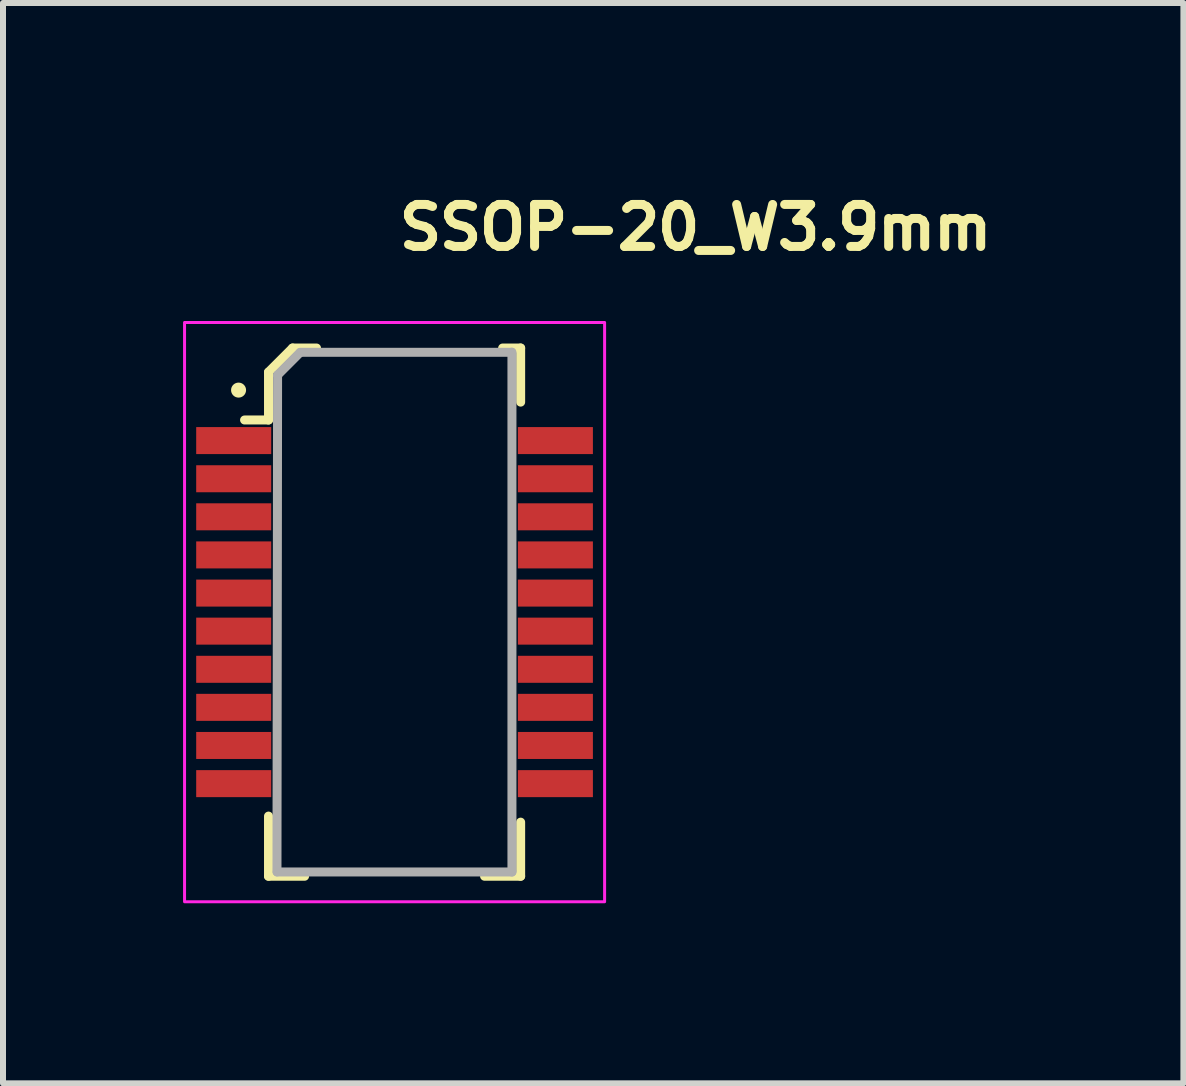
<source format=kicad_pcb>
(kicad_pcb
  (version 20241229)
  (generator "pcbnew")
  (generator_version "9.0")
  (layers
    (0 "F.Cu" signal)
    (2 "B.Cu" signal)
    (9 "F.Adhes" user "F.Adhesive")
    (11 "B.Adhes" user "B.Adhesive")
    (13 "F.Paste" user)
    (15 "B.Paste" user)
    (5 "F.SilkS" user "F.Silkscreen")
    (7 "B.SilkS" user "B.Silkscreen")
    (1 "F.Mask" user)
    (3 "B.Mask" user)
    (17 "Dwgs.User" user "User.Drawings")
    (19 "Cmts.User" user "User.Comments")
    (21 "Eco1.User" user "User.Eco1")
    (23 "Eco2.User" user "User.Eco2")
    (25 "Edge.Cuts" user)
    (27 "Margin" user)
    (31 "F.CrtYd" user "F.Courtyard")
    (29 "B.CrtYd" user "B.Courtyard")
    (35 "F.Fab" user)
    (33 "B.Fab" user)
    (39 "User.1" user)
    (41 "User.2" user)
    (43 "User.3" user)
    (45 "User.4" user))
  (footprint "SSOP-20_W3.9mm"
    (layer "F.Cu")
    (at 3.525 7.15)
    (property "Reference" "SSOP-20_W3.9mm" (at 0 -6 0) (layer "F.SilkS") (effects (font (size 0.7 0.7) (thickness 0.15)) (justify left bottom)))
    (attr smd)
    (fp_line (start -2.101 -4) (end -2.101 -3.202) (stroke (width 0.15) (type solid)) (layer "F.SilkS"))
    (fp_line (start -2.101 -3.202) (end -2.5 -3.202) (stroke (width 0.15) (type solid)) (layer "F.SilkS"))
    (fp_line (start -2.101 3.398) (end -2.101 4.4) (stroke (width 0.15) (type solid)) (layer "F.SilkS"))
    (fp_line (start -2.101 4.4) (end -1.5 4.4) (stroke (width 0.15) (type solid)) (layer "F.SilkS"))
    (fp_line (start -1.7 -4.401) (end -2.101 -4) (stroke (width 0.15) (type solid)) (layer "F.SilkS"))
    (fp_line (start -1.301 -4.401) (end -1.7 -4.401) (stroke (width 0.15) (type solid)) (layer "F.SilkS"))
    (fp_line (start 1.499 4.4) (end 2.1 4.4) (stroke (width 0.15) (type solid)) (layer "F.SilkS"))
    (fp_line (start 1.8 -4.401) (end 2.1 -4.401) (stroke (width 0.15) (type solid)) (layer "F.SilkS"))
    (fp_line (start 2.1 -4.401) (end 2.1 -3.5) (stroke (width 0.15) (type solid)) (layer "F.SilkS"))
    (fp_line (start 2.1 4.4) (end 2.1 3.499) (stroke (width 0.15) (type solid)) (layer "F.SilkS"))
    (fp_circle (center -2.6 -3.7) (end -2.55 -3.7) (stroke (width 0.15) (type solid)) (fill yes) (layer "F.SilkS"))
    (fp_rect (start -3.5 -4.827) (end 3.499 4.825) (stroke (width 0.05) (type solid)) (fill no) (layer "F.CrtYd"))
    (fp_line (start -1.96 4.328) (end -1.95 -3.951) (stroke (width 0.15) (type solid)) (layer "F.Fab"))
    (fp_line (start -1.956 4.329) (end 1.955 4.329) (stroke (width 0.15) (type solid)) (layer "F.Fab"))
    (fp_line (start -1.95 -3.951) (end -1.575 -4.327) (stroke (width 0.15) (type solid)) (layer "F.Fab"))
    (fp_line (start 1.949 -4.33) (end -1.571 -4.33) (stroke (width 0.15) (type solid)) (layer "F.Fab"))
    (fp_line (start 1.955 -4.332) (end 1.955 4.329) (stroke (width 0.15) (type solid)) (layer "F.Fab"))
    (fp_rect (start -3 -4.327) (end 2.999 4.325) (stroke (width 0.1) (type solid)) (fill no) (layer "User.5"))
    (fp_line (start -3 -2.984) (end -3 -2.734) (stroke (width 0.02) (type solid)) (layer "User.9"))
    (fp_line (start -3 -2.348) (end -3 -2.098) (stroke (width 0.02) (type solid)) (layer "User.9"))
    (fp_line (start -3 -1.714) (end -3 -1.464) (stroke (width 0.02) (type solid)) (layer "User.9"))
    (fp_line (start -3 -1.079) (end -3 -0.829) (stroke (width 0.02) (type solid)) (layer "User.9"))
    (fp_line (start -3 -0.443) (end -3 -0.194) (stroke (width 0.02) (type solid)) (layer "User.9"))
    (fp_line (start -3 0.192) (end -3 0.441) (stroke (width 0.02) (type solid)) (layer "User.9"))
    (fp_line (start -3 0.827) (end -3 1.076) (stroke (width 0.02) (type solid)) (layer "User.9"))
    (fp_line (start -3 1.461) (end -3 1.711) (stroke (width 0.02) (type solid)) (layer "User.9"))
    (fp_line (start -3 2.096) (end -3 2.346) (stroke (width 0.02) (type solid)) (layer "User.9"))
    (fp_line (start -3 2.732) (end -3 2.982) (stroke (width 0.02) (type solid)) (layer "User.9"))
    (fp_line (start -2.758 -2.984) (end -3 -2.984) (stroke (width 0.02) (type solid)) (layer "User.9"))
    (fp_line (start -2.758 -2.984) (end -2.537 -2.984) (stroke (width 0.02) (type solid)) (layer "User.9"))
    (fp_line (start -2.758 -2.734) (end -3 -2.734) (stroke (width 0.02) (type solid)) (layer "User.9"))
    (fp_line (start -2.758 -2.348) (end -3 -2.348) (stroke (width 0.02) (type solid)) (layer "User.9"))
    (fp_line (start -2.758 -2.348) (end -2.537 -2.348) (stroke (width 0.02) (type solid)) (layer "User.9"))
    (fp_line (start -2.758 -2.098) (end -3 -2.098) (stroke (width 0.02) (type solid)) (layer "User.9"))
    (fp_line (start -2.758 -1.714) (end -3 -1.714) (stroke (width 0.02) (type solid)) (layer "User.9"))
    (fp_line (start -2.758 -1.714) (end -2.537 -1.714) (stroke (width 0.02) (type solid)) (layer "User.9"))
    (fp_line (start -2.758 -1.464) (end -3 -1.464) (stroke (width 0.02) (type solid)) (layer "User.9"))
    (fp_line (start -2.758 -1.079) (end -3 -1.079) (stroke (width 0.02) (type solid)) (layer "User.9"))
    (fp_line (start -2.758 -1.079) (end -2.537 -1.079) (stroke (width 0.02) (type solid)) (layer "User.9"))
    (fp_line (start -2.758 -0.829) (end -3 -0.829) (stroke (width 0.02) (type solid)) (layer "User.9"))
    (fp_line (start -2.758 -0.443) (end -3 -0.443) (stroke (width 0.02) (type solid)) (layer "User.9"))
    (fp_line (start -2.758 -0.443) (end -2.537 -0.443) (stroke (width 0.02) (type solid)) (layer "User.9"))
    (fp_line (start -2.758 -0.194) (end -3 -0.194) (stroke (width 0.02) (type solid)) (layer "User.9"))
    (fp_line (start -2.758 0.192) (end -3 0.192) (stroke (width 0.02) (type solid)) (layer "User.9"))
    (fp_line (start -2.758 0.192) (end -2.537 0.192) (stroke (width 0.02) (type solid)) (layer "User.9"))
    (fp_line (start -2.758 0.441) (end -3 0.441) (stroke (width 0.02) (type solid)) (layer "User.9"))
    (fp_line (start -2.758 0.827) (end -3 0.827) (stroke (width 0.02) (type solid)) (layer "User.9"))
    (fp_line (start -2.758 0.827) (end -2.537 0.827) (stroke (width 0.02) (type solid)) (layer "User.9"))
    (fp_line (start -2.758 1.076) (end -3 1.076) (stroke (width 0.02) (type solid)) (layer "User.9"))
    (fp_line (start -2.758 1.461) (end -3 1.461) (stroke (width 0.02) (type solid)) (layer "User.9"))
    (fp_line (start -2.758 1.461) (end -2.537 1.461) (stroke (width 0.02) (type solid)) (layer "User.9"))
    (fp_line (start -2.758 1.711) (end -3 1.711) (stroke (width 0.02) (type solid)) (layer "User.9"))
    (fp_line (start -2.758 2.096) (end -3 2.096) (stroke (width 0.02) (type solid)) (layer "User.9"))
    (fp_line (start -2.758 2.096) (end -2.537 2.096) (stroke (width 0.02) (type solid)) (layer "User.9"))
    (fp_line (start -2.758 2.346) (end -3 2.346) (stroke (width 0.02) (type solid)) (layer "User.9"))
    (fp_line (start -2.758 2.732) (end -3 2.732) (stroke (width 0.02) (type solid)) (layer "User.9"))
    (fp_line (start -2.758 2.732) (end -2.537 2.732) (stroke (width 0.02) (type solid)) (layer "User.9"))
    (fp_line (start -2.758 2.982) (end -3 2.982) (stroke (width 0.02) (type solid)) (layer "User.9"))
    (fp_line (start -2.537 -2.734) (end -2.758 -2.734) (stroke (width 0.02) (type solid)) (layer "User.9"))
    (fp_line (start -2.537 -2.734) (end -2.423 -2.734) (stroke (width 0.02) (type solid)) (layer "User.9"))
    (fp_line (start -2.537 -2.098) (end -2.758 -2.098) (stroke (width 0.02) (type solid)) (layer "User.9"))
    (fp_line (start -2.537 -2.098) (end -2.423 -2.098) (stroke (width 0.02) (type solid)) (layer "User.9"))
    (fp_line (start -2.537 -1.464) (end -2.758 -1.464) (stroke (width 0.02) (type solid)) (layer "User.9"))
    (fp_line (start -2.537 -1.464) (end -2.423 -1.464) (stroke (width 0.02) (type solid)) (layer "User.9"))
    (fp_line (start -2.537 -0.829) (end -2.758 -0.829) (stroke (width 0.02) (type solid)) (layer "User.9"))
    (fp_line (start -2.537 -0.829) (end -2.423 -0.829) (stroke (width 0.02) (type solid)) (layer "User.9"))
    (fp_line (start -2.537 -0.194) (end -2.758 -0.194) (stroke (width 0.02) (type solid)) (layer "User.9"))
    (fp_line (start -2.537 -0.194) (end -2.423 -0.194) (stroke (width 0.02) (type solid)) (layer "User.9"))
    (fp_line (start -2.537 0.441) (end -2.758 0.441) (stroke (width 0.02) (type solid)) (layer "User.9"))
    (fp_line (start -2.537 0.441) (end -2.423 0.441) (stroke (width 0.02) (type solid)) (layer "User.9"))
    (fp_line (start -2.537 1.076) (end -2.758 1.076) (stroke (width 0.02) (type solid)) (layer "User.9"))
    (fp_line (start -2.537 1.076) (end -2.423 1.076) (stroke (width 0.02) (type solid)) (layer "User.9"))
    (fp_line (start -2.537 1.711) (end -2.758 1.711) (stroke (width 0.02) (type solid)) (layer "User.9"))
    (fp_line (start -2.537 1.711) (end -2.423 1.711) (stroke (width 0.02) (type solid)) (layer "User.9"))
    (fp_line (start -2.537 2.346) (end -2.758 2.346) (stroke (width 0.02) (type solid)) (layer "User.9"))
    (fp_line (start -2.537 2.346) (end -2.423 2.346) (stroke (width 0.02) (type solid)) (layer "User.9"))
    (fp_line (start -2.537 2.982) (end -2.758 2.982) (stroke (width 0.02) (type solid)) (layer "User.9"))
    (fp_line (start -2.537 2.982) (end -2.423 2.982) (stroke (width 0.02) (type solid)) (layer "User.9"))
    (fp_line (start -2.423 -2.984) (end -2.537 -2.984) (stroke (width 0.02) (type solid)) (layer "User.9"))
    (fp_line (start -2.423 -2.984) (end -2.12 -2.984) (stroke (width 0.02) (type solid)) (layer "User.9"))
    (fp_line (start -2.423 -2.348) (end -2.537 -2.348) (stroke (width 0.02) (type solid)) (layer "User.9"))
    (fp_line (start -2.423 -2.348) (end -2.12 -2.348) (stroke (width 0.02) (type solid)) (layer "User.9"))
    (fp_line (start -2.423 -1.714) (end -2.537 -1.714) (stroke (width 0.02) (type solid)) (layer "User.9"))
    (fp_line (start -2.423 -1.714) (end -2.12 -1.714) (stroke (width 0.02) (type solid)) (layer "User.9"))
    (fp_line (start -2.423 -1.079) (end -2.537 -1.079) (stroke (width 0.02) (type solid)) (layer "User.9"))
    (fp_line (start -2.423 -1.079) (end -2.12 -1.079) (stroke (width 0.02) (type solid)) (layer "User.9"))
    (fp_line (start -2.423 -0.443) (end -2.537 -0.443) (stroke (width 0.02) (type solid)) (layer "User.9"))
    (fp_line (start -2.423 -0.443) (end -2.12 -0.443) (stroke (width 0.02) (type solid)) (layer "User.9"))
    (fp_line (start -2.423 0.192) (end -2.537 0.192) (stroke (width 0.02) (type solid)) (layer "User.9"))
    (fp_line (start -2.423 0.192) (end -2.12 0.192) (stroke (width 0.02) (type solid)) (layer "User.9"))
    (fp_line (start -2.423 0.827) (end -2.537 0.827) (stroke (width 0.02) (type solid)) (layer "User.9"))
    (fp_line (start -2.423 0.827) (end -2.12 0.827) (stroke (width 0.02) (type solid)) (layer "User.9"))
    (fp_line (start -2.423 1.461) (end -2.537 1.461) (stroke (width 0.02) (type solid)) (layer "User.9"))
    (fp_line (start -2.423 1.461) (end -2.12 1.461) (stroke (width 0.02) (type solid)) (layer "User.9"))
    (fp_line (start -2.423 2.096) (end -2.537 2.096) (stroke (width 0.02) (type solid)) (layer "User.9"))
    (fp_line (start -2.423 2.096) (end -2.12 2.096) (stroke (width 0.02) (type solid)) (layer "User.9"))
    (fp_line (start -2.423 2.732) (end -2.537 2.732) (stroke (width 0.02) (type solid)) (layer "User.9"))
    (fp_line (start -2.423 2.732) (end -2.12 2.732) (stroke (width 0.02) (type solid)) (layer "User.9"))
    (fp_line (start -2.12 -2.734) (end -2.423 -2.734) (stroke (width 0.02) (type solid)) (layer "User.9"))
    (fp_line (start -2.12 -2.098) (end -2.423 -2.098) (stroke (width 0.02) (type solid)) (layer "User.9"))
    (fp_line (start -2.12 -1.464) (end -2.423 -1.464) (stroke (width 0.02) (type solid)) (layer "User.9"))
    (fp_line (start -2.12 -0.829) (end -2.423 -0.829) (stroke (width 0.02) (type solid)) (layer "User.9"))
    (fp_line (start -2.12 -0.194) (end -2.423 -0.194) (stroke (width 0.02) (type solid)) (layer "User.9"))
    (fp_line (start -2.12 0.441) (end -2.423 0.441) (stroke (width 0.02) (type solid)) (layer "User.9"))
    (fp_line (start -2.12 1.076) (end -2.423 1.076) (stroke (width 0.02) (type solid)) (layer "User.9"))
    (fp_line (start -2.12 1.711) (end -2.423 1.711) (stroke (width 0.02) (type solid)) (layer "User.9"))
    (fp_line (start -2.12 2.346) (end -2.423 2.346) (stroke (width 0.02) (type solid)) (layer "User.9"))
    (fp_line (start -2.12 2.982) (end -2.423 2.982) (stroke (width 0.02) (type solid)) (layer "User.9"))
    (fp_line (start -1.95 -4.156) (end -1.95 -4.148) (stroke (width 0.02) (type solid)) (layer "User.9"))
    (fp_line (start -1.95 -4.148) (end -1.95 -4.138) (stroke (width 0.02) (type solid)) (layer "User.9"))
    (fp_line (start -1.95 -4.138) (end -1.95 -4.127) (stroke (width 0.02) (type solid)) (layer "User.9"))
    (fp_line (start -1.95 -4.127) (end -1.95 -4.125) (stroke (width 0.02) (type solid)) (layer "User.9"))
    (fp_line (start -1.95 -4.125) (end -1.95 4.123) (stroke (width 0.02) (type solid)) (layer "User.9"))
    (fp_line (start -1.95 -2.984) (end -2.12 -2.984) (stroke (width 0.02) (type solid)) (layer "User.9"))
    (fp_line (start -1.95 -2.984) (end -1.95 -2.734) (stroke (width 0.02) (type solid)) (layer "User.9"))
    (fp_line (start -1.95 -2.734) (end -2.12 -2.734) (stroke (width 0.02) (type solid)) (layer "User.9"))
    (fp_line (start -1.95 -2.348) (end -2.12 -2.348) (stroke (width 0.02) (type solid)) (layer "User.9"))
    (fp_line (start -1.95 -2.348) (end -1.95 -2.098) (stroke (width 0.02) (type solid)) (layer "User.9"))
    (fp_line (start -1.95 -2.098) (end -2.12 -2.098) (stroke (width 0.02) (type solid)) (layer "User.9"))
    (fp_line (start -1.95 -1.714) (end -2.12 -1.714) (stroke (width 0.02) (type solid)) (layer "User.9"))
    (fp_line (start -1.95 -1.714) (end -1.95 -1.464) (stroke (width 0.02) (type solid)) (layer "User.9"))
    (fp_line (start -1.95 -1.464) (end -2.12 -1.464) (stroke (width 0.02) (type solid)) (layer "User.9"))
    (fp_line (start -1.95 -1.079) (end -2.12 -1.079) (stroke (width 0.02) (type solid)) (layer "User.9"))
    (fp_line (start -1.95 -1.079) (end -1.95 -0.829) (stroke (width 0.02) (type solid)) (layer "User.9"))
    (fp_line (start -1.95 -0.829) (end -2.12 -0.829) (stroke (width 0.02) (type solid)) (layer "User.9"))
    (fp_line (start -1.95 -0.443) (end -2.12 -0.443) (stroke (width 0.02) (type solid)) (layer "User.9"))
    (fp_line (start -1.95 -0.443) (end -1.95 -0.194) (stroke (width 0.02) (type solid)) (layer "User.9"))
    (fp_line (start -1.95 -0.194) (end -2.12 -0.194) (stroke (width 0.02) (type solid)) (layer "User.9"))
    (fp_line (start -1.95 0.192) (end -2.12 0.192) (stroke (width 0.02) (type solid)) (layer "User.9"))
    (fp_line (start -1.95 0.192) (end -1.95 0.441) (stroke (width 0.02) (type solid)) (layer "User.9"))
    (fp_line (start -1.95 0.441) (end -2.12 0.441) (stroke (width 0.02) (type solid)) (layer "User.9"))
    (fp_line (start -1.95 0.827) (end -2.12 0.827) (stroke (width 0.02) (type solid)) (layer "User.9"))
    (fp_line (start -1.95 0.827) (end -1.95 1.076) (stroke (width 0.02) (type solid)) (layer "User.9"))
    (fp_line (start -1.95 1.076) (end -2.12 1.076) (stroke (width 0.02) (type solid)) (layer "User.9"))
    (fp_line (start -1.95 1.461) (end -2.12 1.461) (stroke (width 0.02) (type solid)) (layer "User.9"))
    (fp_line (start -1.95 1.461) (end -1.95 1.711) (stroke (width 0.02) (type solid)) (layer "User.9"))
    (fp_line (start -1.95 1.711) (end -2.12 1.711) (stroke (width 0.02) (type solid)) (layer "User.9"))
    (fp_line (start -1.95 2.096) (end -2.12 2.096) (stroke (width 0.02) (type solid)) (layer "User.9"))
    (fp_line (start -1.95 2.096) (end -1.95 2.346) (stroke (width 0.02) (type solid)) (layer "User.9"))
    (fp_line (start -1.95 2.346) (end -2.12 2.346) (stroke (width 0.02) (type solid)) (layer "User.9"))
    (fp_line (start -1.95 2.732) (end -2.12 2.732) (stroke (width 0.02) (type solid)) (layer "User.9"))
    (fp_line (start -1.95 2.732) (end -1.95 2.982) (stroke (width 0.02) (type solid)) (layer "User.9"))
    (fp_line (start -1.95 2.982) (end -2.12 2.982) (stroke (width 0.02) (type solid)) (layer "User.9"))
    (fp_line (start -1.95 4.123) (end -1.95 4.126) (stroke (width 0.02) (type solid)) (layer "User.9"))
    (fp_line (start -1.95 4.126) (end -1.95 4.136) (stroke (width 0.02) (type solid)) (layer "User.9"))
    (fp_line (start -1.95 4.136) (end -1.95 4.145) (stroke (width 0.02) (type solid)) (layer "User.9"))
    (fp_line (start -1.95 4.145) (end -1.95 4.155) (stroke (width 0.02) (type solid)) (layer "User.9"))
    (fp_line (start -1.95 4.155) (end -1.948 4.164) (stroke (width 0.02) (type solid)) (layer "User.9"))
    (fp_line (start -1.948 -4.167) (end -1.95 -4.156) (stroke (width 0.02) (type solid)) (layer "User.9"))
    (fp_line (start -1.948 4.164) (end -1.946 4.174) (stroke (width 0.02) (type solid)) (layer "User.9"))
    (fp_line (start -1.946 -4.175) (end -1.948 -4.167) (stroke (width 0.02) (type solid)) (layer "User.9"))
    (fp_line (start -1.946 4.174) (end -1.942 4.184) (stroke (width 0.02) (type solid)) (layer "User.9"))
    (fp_line (start -1.942 -4.186) (end -1.946 -4.175) (stroke (width 0.02) (type solid)) (layer "User.9"))
    (fp_line (start -1.942 4.184) (end -1.94 4.193) (stroke (width 0.02) (type solid)) (layer "User.9"))
    (fp_line (start -1.94 -4.194) (end -1.942 -4.186) (stroke (width 0.02) (type solid)) (layer "User.9"))
    (fp_line (start -1.94 4.193) (end -1.936 4.201) (stroke (width 0.02) (type solid)) (layer "User.9"))
    (fp_line (start -1.936 -4.204) (end -1.94 -4.194) (stroke (width 0.02) (type solid)) (layer "User.9"))
    (fp_line (start -1.936 4.201) (end -1.932 4.211) (stroke (width 0.02) (type solid)) (layer "User.9"))
    (fp_line (start -1.932 -4.212) (end -1.936 -4.204) (stroke (width 0.02) (type solid)) (layer "User.9"))
    (fp_line (start -1.932 4.211) (end -1.928 4.219) (stroke (width 0.02) (type solid)) (layer "User.9"))
    (fp_line (start -1.928 -4.22) (end -1.932 -4.212) (stroke (width 0.02) (type solid)) (layer "User.9"))
    (fp_line (start -1.928 4.219) (end -1.922 4.227) (stroke (width 0.02) (type solid)) (layer "User.9"))
    (fp_line (start -1.922 -4.23) (end -1.928 -4.22) (stroke (width 0.02) (type solid)) (layer "User.9"))
    (fp_line (start -1.922 4.227) (end -1.917 4.235) (stroke (width 0.02) (type solid)) (layer "User.9"))
    (fp_line (start -1.917 -4.238) (end -1.922 -4.23) (stroke (width 0.02) (type solid)) (layer "User.9"))
    (fp_line (start -1.917 4.235) (end -1.911 4.243) (stroke (width 0.02) (type solid)) (layer "User.9"))
    (fp_line (start -1.911 -4.246) (end -1.917 -4.238) (stroke (width 0.02) (type solid)) (layer "User.9"))
    (fp_line (start -1.911 4.243) (end -1.905 4.251) (stroke (width 0.02) (type solid)) (layer "User.9"))
    (fp_line (start -1.905 -4.252) (end -1.911 -4.246) (stroke (width 0.02) (type solid)) (layer "User.9"))
    (fp_line (start -1.905 4.251) (end -1.899 4.259) (stroke (width 0.02) (type solid)) (layer "User.9"))
    (fp_line (start -1.899 -4.26) (end -1.905 -4.252) (stroke (width 0.02) (type solid)) (layer "User.9"))
    (fp_line (start -1.899 4.259) (end -1.893 4.265) (stroke (width 0.02) (type solid)) (layer "User.9"))
    (fp_line (start -1.893 -4.268) (end -1.899 -4.26) (stroke (width 0.02) (type solid)) (layer "User.9"))
    (fp_line (start -1.893 4.265) (end -1.885 4.272) (stroke (width 0.02) (type solid)) (layer "User.9"))
    (fp_line (start -1.885 -4.273) (end -1.893 -4.268) (stroke (width 0.02) (type solid)) (layer "User.9"))
    (fp_line (start -1.885 4.272) (end -1.877 4.278) (stroke (width 0.02) (type solid)) (layer "User.9"))
    (fp_line (start -1.877 -4.281) (end -1.885 -4.273) (stroke (width 0.02) (type solid)) (layer "User.9"))
    (fp_line (start -1.877 4.278) (end -1.871 4.285) (stroke (width 0.02) (type solid)) (layer "User.9"))
    (fp_line (start -1.871 -4.287) (end -1.877 -4.281) (stroke (width 0.02) (type solid)) (layer "User.9"))
    (fp_line (start -1.871 4.285) (end -1.863 4.289) (stroke (width 0.02) (type solid)) (layer "User.9"))
    (fp_line (start -1.863 -4.292) (end -1.871 -4.287) (stroke (width 0.02) (type solid)) (layer "User.9"))
    (fp_line (start -1.863 4.289) (end -1.855 4.296) (stroke (width 0.02) (type solid)) (layer "User.9"))
    (fp_line (start -1.855 -4.297) (end -1.863 -4.292) (stroke (width 0.02) (type solid)) (layer "User.9"))
    (fp_line (start -1.855 4.296) (end -1.845 4.301) (stroke (width 0.02) (type solid)) (layer "User.9"))
    (fp_line (start -1.845 -4.303) (end -1.855 -4.297) (stroke (width 0.02) (type solid)) (layer "User.9"))
    (fp_line (start -1.845 4.301) (end -1.837 4.304) (stroke (width 0.02) (type solid)) (layer "User.9"))
    (fp_line (start -1.837 -4.306) (end -1.845 -4.303) (stroke (width 0.02) (type solid)) (layer "User.9"))
    (fp_line (start -1.837 4.304) (end -1.829 4.309) (stroke (width 0.02) (type solid)) (layer "User.9"))
    (fp_line (start -1.829 -4.311) (end -1.837 -4.306) (stroke (width 0.02) (type solid)) (layer "User.9"))
    (fp_line (start -1.829 4.309) (end -1.819 4.312) (stroke (width 0.02) (type solid)) (layer "User.9"))
    (fp_line (start -1.819 -4.314) (end -1.829 -4.311) (stroke (width 0.02) (type solid)) (layer "User.9"))
    (fp_line (start -1.819 4.312) (end -1.811 4.315) (stroke (width 0.02) (type solid)) (layer "User.9"))
    (fp_line (start -1.811 -4.318) (end -1.819 -4.314) (stroke (width 0.02) (type solid)) (layer "User.9"))
    (fp_line (start -1.811 4.315) (end -1.801 4.318) (stroke (width 0.02) (type solid)) (layer "User.9"))
    (fp_line (start -1.801 -4.321) (end -1.811 -4.318) (stroke (width 0.02) (type solid)) (layer "User.9"))
    (fp_line (start -1.801 4.318) (end -1.792 4.32) (stroke (width 0.02) (type solid)) (layer "User.9"))
    (fp_line (start -1.792 -4.322) (end -1.801 -4.321) (stroke (width 0.02) (type solid)) (layer "User.9"))
    (fp_line (start -1.792 4.32) (end -1.782 4.323) (stroke (width 0.02) (type solid)) (layer "User.9"))
    (fp_line (start -1.782 -4.324) (end -1.792 -4.322) (stroke (width 0.02) (type solid)) (layer "User.9"))
    (fp_line (start -1.782 4.323) (end -1.772 4.323) (stroke (width 0.02) (type solid)) (layer "User.9"))
    (fp_line (start -1.772 -4.326) (end -1.782 -4.324) (stroke (width 0.02) (type solid)) (layer "User.9"))
    (fp_line (start -1.772 4.323) (end -1.762 4.323) (stroke (width 0.02) (type solid)) (layer "User.9"))
    (fp_line (start -1.762 -4.326) (end -1.772 -4.326) (stroke (width 0.02) (type solid)) (layer "User.9"))
    (fp_line (start -1.762 4.323) (end -1.752 4.323) (stroke (width 0.02) (type solid)) (layer "User.9"))
    (fp_line (start -1.752 -4.326) (end -1.762 -4.326) (stroke (width 0.02) (type solid)) (layer "User.9"))
    (fp_line (start -1.752 4.323) (end -1.75 4.325) (stroke (width 0.02) (type solid)) (layer "User.9"))
    (fp_line (start -1.75 -4.327) (end -1.752 -4.326) (stroke (width 0.02) (type solid)) (layer "User.9"))
    (fp_line (start -1.75 4.325) (end 1.749 4.325) (stroke (width 0.02) (type solid)) (layer "User.9"))
    (fp_line (start 1.749 -4.327) (end -1.75 -4.327) (stroke (width 0.02) (type solid)) (layer "User.9"))
    (fp_line (start 1.749 4.325) (end 1.751 4.323) (stroke (width 0.02) (type solid)) (layer "User.9"))
    (fp_line (start 1.751 -4.326) (end 1.749 -4.327) (stroke (width 0.02) (type solid)) (layer "User.9"))
    (fp_line (start 1.751 4.323) (end 1.761 4.323) (stroke (width 0.02) (type solid)) (layer "User.9"))
    (fp_line (start 1.761 -4.326) (end 1.751 -4.326) (stroke (width 0.02) (type solid)) (layer "User.9"))
    (fp_line (start 1.761 4.323) (end 1.771 4.323) (stroke (width 0.02) (type solid)) (layer "User.9"))
    (fp_line (start 1.771 -4.326) (end 1.761 -4.326) (stroke (width 0.02) (type solid)) (layer "User.9"))
    (fp_line (start 1.771 4.323) (end 1.779 4.323) (stroke (width 0.02) (type solid)) (layer "User.9"))
    (fp_line (start 1.779 -4.324) (end 1.771 -4.326) (stroke (width 0.02) (type solid)) (layer "User.9"))
    (fp_line (start 1.779 4.323) (end 1.789 4.32) (stroke (width 0.02) (type solid)) (layer "User.9"))
    (fp_line (start 1.789 -4.322) (end 1.779 -4.324) (stroke (width 0.02) (type solid)) (layer "User.9"))
    (fp_line (start 1.789 4.32) (end 1.798 4.318) (stroke (width 0.02) (type solid)) (layer "User.9"))
    (fp_line (start 1.798 -4.321) (end 1.789 -4.322) (stroke (width 0.02) (type solid)) (layer "User.9"))
    (fp_line (start 1.798 4.318) (end 1.808 4.315) (stroke (width 0.02) (type solid)) (layer "User.9"))
    (fp_line (start 1.808 -4.318) (end 1.798 -4.321) (stroke (width 0.02) (type solid)) (layer "User.9"))
    (fp_line (start 1.808 4.315) (end 1.818 4.312) (stroke (width 0.02) (type solid)) (layer "User.9"))
    (fp_line (start 1.818 -4.314) (end 1.808 -4.318) (stroke (width 0.02) (type solid)) (layer "User.9"))
    (fp_line (start 1.818 4.312) (end 1.826 4.309) (stroke (width 0.02) (type solid)) (layer "User.9"))
    (fp_line (start 1.826 -4.311) (end 1.818 -4.314) (stroke (width 0.02) (type solid)) (layer "User.9"))
    (fp_line (start 1.826 4.309) (end 1.836 4.304) (stroke (width 0.02) (type solid)) (layer "User.9"))
    (fp_line (start 1.836 -4.306) (end 1.826 -4.311) (stroke (width 0.02) (type solid)) (layer "User.9"))
    (fp_line (start 1.836 4.304) (end 1.844 4.301) (stroke (width 0.02) (type solid)) (layer "User.9"))
    (fp_line (start 1.844 -4.303) (end 1.836 -4.306) (stroke (width 0.02) (type solid)) (layer "User.9"))
    (fp_line (start 1.844 4.301) (end 1.852 4.296) (stroke (width 0.02) (type solid)) (layer "User.9"))
    (fp_line (start 1.852 -4.297) (end 1.844 -4.303) (stroke (width 0.02) (type solid)) (layer "User.9"))
    (fp_line (start 1.852 4.296) (end 1.86 4.289) (stroke (width 0.02) (type solid)) (layer "User.9"))
    (fp_line (start 1.86 -4.292) (end 1.852 -4.297) (stroke (width 0.02) (type solid)) (layer "User.9"))
    (fp_line (start 1.86 4.289) (end 1.868 4.285) (stroke (width 0.02) (type solid)) (layer "User.9"))
    (fp_line (start 1.868 -4.287) (end 1.86 -4.292) (stroke (width 0.02) (type solid)) (layer "User.9"))
    (fp_line (start 1.868 4.285) (end 1.876 4.278) (stroke (width 0.02) (type solid)) (layer "User.9"))
    (fp_line (start 1.876 -4.281) (end 1.868 -4.287) (stroke (width 0.02) (type solid)) (layer "User.9"))
    (fp_line (start 1.876 4.278) (end 1.884 4.272) (stroke (width 0.02) (type solid)) (layer "User.9"))
    (fp_line (start 1.884 -4.273) (end 1.876 -4.281) (stroke (width 0.02) (type solid)) (layer "User.9"))
    (fp_line (start 1.884 4.272) (end 1.89 4.265) (stroke (width 0.02) (type solid)) (layer "User.9"))
    (fp_line (start 1.89 -4.268) (end 1.884 -4.273) (stroke (width 0.02) (type solid)) (layer "User.9"))
    (fp_line (start 1.89 4.265) (end 1.896 4.259) (stroke (width 0.02) (type solid)) (layer "User.9"))
    (fp_line (start 1.896 -4.26) (end 1.89 -4.268) (stroke (width 0.02) (type solid)) (layer "User.9"))
    (fp_line (start 1.896 4.259) (end 1.904 4.251) (stroke (width 0.02) (type solid)) (layer "User.9"))
    (fp_line (start 1.904 -4.252) (end 1.896 -4.26) (stroke (width 0.02) (type solid)) (layer "User.9"))
    (fp_line (start 1.904 4.251) (end 1.91 4.243) (stroke (width 0.02) (type solid)) (layer "User.9"))
    (fp_line (start 1.91 -4.246) (end 1.904 -4.252) (stroke (width 0.02) (type solid)) (layer "User.9"))
    (fp_line (start 1.91 4.243) (end 1.914 4.235) (stroke (width 0.02) (type solid)) (layer "User.9"))
    (fp_line (start 1.914 -4.238) (end 1.91 -4.246) (stroke (width 0.02) (type solid)) (layer "User.9"))
    (fp_line (start 1.914 4.235) (end 1.921 4.227) (stroke (width 0.02) (type solid)) (layer "User.9"))
    (fp_line (start 1.921 -4.23) (end 1.914 -4.238) (stroke (width 0.02) (type solid)) (layer "User.9"))
    (fp_line (start 1.921 4.227) (end 1.925 4.219) (stroke (width 0.02) (type solid)) (layer "User.9"))
    (fp_line (start 1.925 -4.22) (end 1.921 -4.23) (stroke (width 0.02) (type solid)) (layer "User.9"))
    (fp_line (start 1.925 4.219) (end 1.929 4.211) (stroke (width 0.02) (type solid)) (layer "User.9"))
    (fp_line (start 1.929 -4.212) (end 1.925 -4.22) (stroke (width 0.02) (type solid)) (layer "User.9"))
    (fp_line (start 1.929 4.211) (end 1.933 4.201) (stroke (width 0.02) (type solid)) (layer "User.9"))
    (fp_line (start 1.933 -4.204) (end 1.929 -4.212) (stroke (width 0.02) (type solid)) (layer "User.9"))
    (fp_line (start 1.933 4.201) (end 1.937 4.193) (stroke (width 0.02) (type solid)) (layer "User.9"))
    (fp_line (start 1.937 -4.194) (end 1.933 -4.204) (stroke (width 0.02) (type solid)) (layer "User.9"))
    (fp_line (start 1.937 4.193) (end 1.941 4.184) (stroke (width 0.02) (type solid)) (layer "User.9"))
    (fp_line (start 1.941 -4.186) (end 1.937 -4.194) (stroke (width 0.02) (type solid)) (layer "User.9"))
    (fp_line (start 1.941 4.184) (end 1.943 4.174) (stroke (width 0.02) (type solid)) (layer "User.9"))
    (fp_line (start 1.943 -4.175) (end 1.941 -4.186) (stroke (width 0.02) (type solid)) (layer "User.9"))
    (fp_line (start 1.943 4.174) (end 1.945 4.164) (stroke (width 0.02) (type solid)) (layer "User.9"))
    (fp_line (start 1.945 -4.167) (end 1.943 -4.175) (stroke (width 0.02) (type solid)) (layer "User.9"))
    (fp_line (start 1.945 4.164) (end 1.947 4.155) (stroke (width 0.02) (type solid)) (layer "User.9"))
    (fp_line (start 1.947 -4.156) (end 1.945 -4.167) (stroke (width 0.02) (type solid)) (layer "User.9"))
    (fp_line (start 1.947 4.155) (end 1.949 4.145) (stroke (width 0.02) (type solid)) (layer "User.9"))
    (fp_line (start 1.949 -4.148) (end 1.947 -4.156) (stroke (width 0.02) (type solid)) (layer "User.9"))
    (fp_line (start 1.949 -4.138) (end 1.949 -4.148) (stroke (width 0.02) (type solid)) (layer "User.9"))
    (fp_line (start 1.949 -4.127) (end 1.949 -4.138) (stroke (width 0.02) (type solid)) (layer "User.9"))
    (fp_line (start 1.949 -4.125) (end 1.949 -4.127) (stroke (width 0.02) (type solid)) (layer "User.9"))
    (fp_line (start 1.949 -2.984) (end 2.117 -2.984) (stroke (width 0.02) (type solid)) (layer "User.9"))
    (fp_line (start 1.949 -2.734) (end 1.949 -2.984) (stroke (width 0.02) (type solid)) (layer "User.9"))
    (fp_line (start 1.949 -2.734) (end 2.117 -2.734) (stroke (width 0.02) (type solid)) (layer "User.9"))
    (fp_line (start 1.949 -2.348) (end 2.117 -2.348) (stroke (width 0.02) (type solid)) (layer "User.9"))
    (fp_line (start 1.949 -2.098) (end 1.949 -2.348) (stroke (width 0.02) (type solid)) (layer "User.9"))
    (fp_line (start 1.949 -2.098) (end 2.117 -2.098) (stroke (width 0.02) (type solid)) (layer "User.9"))
    (fp_line (start 1.949 -1.714) (end 2.117 -1.714) (stroke (width 0.02) (type solid)) (layer "User.9"))
    (fp_line (start 1.949 -1.464) (end 1.949 -1.714) (stroke (width 0.02) (type solid)) (layer "User.9"))
    (fp_line (start 1.949 -1.464) (end 2.117 -1.464) (stroke (width 0.02) (type solid)) (layer "User.9"))
    (fp_line (start 1.949 -1.079) (end 2.117 -1.079) (stroke (width 0.02) (type solid)) (layer "User.9"))
    (fp_line (start 1.949 -0.829) (end 1.949 -1.079) (stroke (width 0.02) (type solid)) (layer "User.9"))
    (fp_line (start 1.949 -0.829) (end 2.117 -0.829) (stroke (width 0.02) (type solid)) (layer "User.9"))
    (fp_line (start 1.949 -0.443) (end 2.117 -0.443) (stroke (width 0.02) (type solid)) (layer "User.9"))
    (fp_line (start 1.949 -0.194) (end 1.949 -0.443) (stroke (width 0.02) (type solid)) (layer "User.9"))
    (fp_line (start 1.949 -0.194) (end 2.117 -0.194) (stroke (width 0.02) (type solid)) (layer "User.9"))
    (fp_line (start 1.949 0.192) (end 2.117 0.192) (stroke (width 0.02) (type solid)) (layer "User.9"))
    (fp_line (start 1.949 0.441) (end 1.949 0.192) (stroke (width 0.02) (type solid)) (layer "User.9"))
    (fp_line (start 1.949 0.441) (end 2.117 0.441) (stroke (width 0.02) (type solid)) (layer "User.9"))
    (fp_line (start 1.949 0.827) (end 2.117 0.827) (stroke (width 0.02) (type solid)) (layer "User.9"))
    (fp_line (start 1.949 1.076) (end 1.949 0.827) (stroke (width 0.02) (type solid)) (layer "User.9"))
    (fp_line (start 1.949 1.076) (end 2.117 1.076) (stroke (width 0.02) (type solid)) (layer "User.9"))
    (fp_line (start 1.949 1.461) (end 2.117 1.461) (stroke (width 0.02) (type solid)) (layer "User.9"))
    (fp_line (start 1.949 1.711) (end 1.949 1.461) (stroke (width 0.02) (type solid)) (layer "User.9"))
    (fp_line (start 1.949 1.711) (end 2.117 1.711) (stroke (width 0.02) (type solid)) (layer "User.9"))
    (fp_line (start 1.949 2.096) (end 2.117 2.096) (stroke (width 0.02) (type solid)) (layer "User.9"))
    (fp_line (start 1.949 2.346) (end 1.949 2.096) (stroke (width 0.02) (type solid)) (layer "User.9"))
    (fp_line (start 1.949 2.346) (end 2.117 2.346) (stroke (width 0.02) (type solid)) (layer "User.9"))
    (fp_line (start 1.949 2.732) (end 2.117 2.732) (stroke (width 0.02) (type solid)) (layer "User.9"))
    (fp_line (start 1.949 2.982) (end 1.949 2.732) (stroke (width 0.02) (type solid)) (layer "User.9"))
    (fp_line (start 1.949 2.982) (end 2.117 2.982) (stroke (width 0.02) (type solid)) (layer "User.9"))
    (fp_line (start 1.949 4.123) (end 1.949 -4.125) (stroke (width 0.02) (type solid)) (layer "User.9"))
    (fp_line (start 1.949 4.126) (end 1.949 4.123) (stroke (width 0.02) (type solid)) (layer "User.9"))
    (fp_line (start 1.949 4.136) (end 1.949 4.126) (stroke (width 0.02) (type solid)) (layer "User.9"))
    (fp_line (start 1.949 4.145) (end 1.949 4.136) (stroke (width 0.02) (type solid)) (layer "User.9"))
    (fp_line (start 2.117 -2.984) (end 2.422 -2.984) (stroke (width 0.02) (type solid)) (layer "User.9"))
    (fp_line (start 2.117 -2.348) (end 2.422 -2.348) (stroke (width 0.02) (type solid)) (layer "User.9"))
    (fp_line (start 2.117 -1.714) (end 2.422 -1.714) (stroke (width 0.02) (type solid)) (layer "User.9"))
    (fp_line (start 2.117 -1.079) (end 2.422 -1.079) (stroke (width 0.02) (type solid)) (layer "User.9"))
    (fp_line (start 2.117 -0.443) (end 2.422 -0.443) (stroke (width 0.02) (type solid)) (layer "User.9"))
    (fp_line (start 2.117 0.192) (end 2.422 0.192) (stroke (width 0.02) (type solid)) (layer "User.9"))
    (fp_line (start 2.117 0.827) (end 2.422 0.827) (stroke (width 0.02) (type solid)) (layer "User.9"))
    (fp_line (start 2.117 1.461) (end 2.422 1.461) (stroke (width 0.02) (type solid)) (layer "User.9"))
    (fp_line (start 2.117 2.096) (end 2.422 2.096) (stroke (width 0.02) (type solid)) (layer "User.9"))
    (fp_line (start 2.117 2.732) (end 2.422 2.732) (stroke (width 0.02) (type solid)) (layer "User.9"))
    (fp_line (start 2.422 -2.734) (end 2.117 -2.734) (stroke (width 0.02) (type solid)) (layer "User.9"))
    (fp_line (start 2.422 -2.734) (end 2.535 -2.734) (stroke (width 0.02) (type solid)) (layer "User.9"))
    (fp_line (start 2.422 -2.098) (end 2.117 -2.098) (stroke (width 0.02) (type solid)) (layer "User.9"))
    (fp_line (start 2.422 -2.098) (end 2.535 -2.098) (stroke (width 0.02) (type solid)) (layer "User.9"))
    (fp_line (start 2.422 -1.464) (end 2.117 -1.464) (stroke (width 0.02) (type solid)) (layer "User.9"))
    (fp_line (start 2.422 -1.464) (end 2.535 -1.464) (stroke (width 0.02) (type solid)) (layer "User.9"))
    (fp_line (start 2.422 -0.829) (end 2.117 -0.829) (stroke (width 0.02) (type solid)) (layer "User.9"))
    (fp_line (start 2.422 -0.829) (end 2.535 -0.829) (stroke (width 0.02) (type solid)) (layer "User.9"))
    (fp_line (start 2.422 -0.194) (end 2.117 -0.194) (stroke (width 0.02) (type solid)) (layer "User.9"))
    (fp_line (start 2.422 -0.194) (end 2.535 -0.194) (stroke (width 0.02) (type solid)) (layer "User.9"))
    (fp_line (start 2.422 0.441) (end 2.117 0.441) (stroke (width 0.02) (type solid)) (layer "User.9"))
    (fp_line (start 2.422 0.441) (end 2.535 0.441) (stroke (width 0.02) (type solid)) (layer "User.9"))
    (fp_line (start 2.422 1.076) (end 2.117 1.076) (stroke (width 0.02) (type solid)) (layer "User.9"))
    (fp_line (start 2.422 1.076) (end 2.535 1.076) (stroke (width 0.02) (type solid)) (layer "User.9"))
    (fp_line (start 2.422 1.711) (end 2.117 1.711) (stroke (width 0.02) (type solid)) (layer "User.9"))
    (fp_line (start 2.422 1.711) (end 2.535 1.711) (stroke (width 0.02) (type solid)) (layer "User.9"))
    (fp_line (start 2.422 2.346) (end 2.117 2.346) (stroke (width 0.02) (type solid)) (layer "User.9"))
    (fp_line (start 2.422 2.346) (end 2.535 2.346) (stroke (width 0.02) (type solid)) (layer "User.9"))
    (fp_line (start 2.422 2.982) (end 2.117 2.982) (stroke (width 0.02) (type solid)) (layer "User.9"))
    (fp_line (start 2.422 2.982) (end 2.535 2.982) (stroke (width 0.02) (type solid)) (layer "User.9"))
    (fp_line (start 2.535 -2.984) (end 2.422 -2.984) (stroke (width 0.02) (type solid)) (layer "User.9"))
    (fp_line (start 2.535 -2.984) (end 2.757 -2.984) (stroke (width 0.02) (type solid)) (layer "User.9"))
    (fp_line (start 2.535 -2.348) (end 2.422 -2.348) (stroke (width 0.02) (type solid)) (layer "User.9"))
    (fp_line (start 2.535 -2.348) (end 2.757 -2.348) (stroke (width 0.02) (type solid)) (layer "User.9"))
    (fp_line (start 2.535 -1.714) (end 2.422 -1.714) (stroke (width 0.02) (type solid)) (layer "User.9"))
    (fp_line (start 2.535 -1.714) (end 2.757 -1.714) (stroke (width 0.02) (type solid)) (layer "User.9"))
    (fp_line (start 2.535 -1.079) (end 2.422 -1.079) (stroke (width 0.02) (type solid)) (layer "User.9"))
    (fp_line (start 2.535 -1.079) (end 2.757 -1.079) (stroke (width 0.02) (type solid)) (layer "User.9"))
    (fp_line (start 2.535 -0.443) (end 2.422 -0.443) (stroke (width 0.02) (type solid)) (layer "User.9"))
    (fp_line (start 2.535 -0.443) (end 2.757 -0.443) (stroke (width 0.02) (type solid)) (layer "User.9"))
    (fp_line (start 2.535 0.192) (end 2.422 0.192) (stroke (width 0.02) (type solid)) (layer "User.9"))
    (fp_line (start 2.535 0.192) (end 2.757 0.192) (stroke (width 0.02) (type solid)) (layer "User.9"))
    (fp_line (start 2.535 0.827) (end 2.422 0.827) (stroke (width 0.02) (type solid)) (layer "User.9"))
    (fp_line (start 2.535 0.827) (end 2.757 0.827) (stroke (width 0.02) (type solid)) (layer "User.9"))
    (fp_line (start 2.535 1.461) (end 2.422 1.461) (stroke (width 0.02) (type solid)) (layer "User.9"))
    (fp_line (start 2.535 1.461) (end 2.757 1.461) (stroke (width 0.02) (type solid)) (layer "User.9"))
    (fp_line (start 2.535 2.096) (end 2.422 2.096) (stroke (width 0.02) (type solid)) (layer "User.9"))
    (fp_line (start 2.535 2.096) (end 2.757 2.096) (stroke (width 0.02) (type solid)) (layer "User.9"))
    (fp_line (start 2.535 2.732) (end 2.422 2.732) (stroke (width 0.02) (type solid)) (layer "User.9"))
    (fp_line (start 2.535 2.732) (end 2.757 2.732) (stroke (width 0.02) (type solid)) (layer "User.9"))
    (fp_line (start 2.757 -2.984) (end 2.999 -2.984) (stroke (width 0.02) (type solid)) (layer "User.9"))
    (fp_line (start 2.757 -2.734) (end 2.535 -2.734) (stroke (width 0.02) (type solid)) (layer "User.9"))
    (fp_line (start 2.757 -2.734) (end 2.999 -2.734) (stroke (width 0.02) (type solid)) (layer "User.9"))
    (fp_line (start 2.757 -2.348) (end 2.999 -2.348) (stroke (width 0.02) (type solid)) (layer "User.9"))
    (fp_line (start 2.757 -2.098) (end 2.535 -2.098) (stroke (width 0.02) (type solid)) (layer "User.9"))
    (fp_line (start 2.757 -2.098) (end 2.999 -2.098) (stroke (width 0.02) (type solid)) (layer "User.9"))
    (fp_line (start 2.757 -1.714) (end 2.999 -1.714) (stroke (width 0.02) (type solid)) (layer "User.9"))
    (fp_line (start 2.757 -1.464) (end 2.535 -1.464) (stroke (width 0.02) (type solid)) (layer "User.9"))
    (fp_line (start 2.757 -1.464) (end 2.999 -1.464) (stroke (width 0.02) (type solid)) (layer "User.9"))
    (fp_line (start 2.757 -1.079) (end 2.999 -1.079) (stroke (width 0.02) (type solid)) (layer "User.9"))
    (fp_line (start 2.757 -0.829) (end 2.535 -0.829) (stroke (width 0.02) (type solid)) (layer "User.9"))
    (fp_line (start 2.757 -0.829) (end 2.999 -0.829) (stroke (width 0.02) (type solid)) (layer "User.9"))
    (fp_line (start 2.757 -0.443) (end 2.999 -0.443) (stroke (width 0.02) (type solid)) (layer "User.9"))
    (fp_line (start 2.757 -0.194) (end 2.535 -0.194) (stroke (width 0.02) (type solid)) (layer "User.9"))
    (fp_line (start 2.757 -0.194) (end 2.999 -0.194) (stroke (width 0.02) (type solid)) (layer "User.9"))
    (fp_line (start 2.757 0.192) (end 2.999 0.192) (stroke (width 0.02) (type solid)) (layer "User.9"))
    (fp_line (start 2.757 0.441) (end 2.535 0.441) (stroke (width 0.02) (type solid)) (layer "User.9"))
    (fp_line (start 2.757 0.441) (end 2.999 0.441) (stroke (width 0.02) (type solid)) (layer "User.9"))
    (fp_line (start 2.757 0.827) (end 2.999 0.827) (stroke (width 0.02) (type solid)) (layer "User.9"))
    (fp_line (start 2.757 1.076) (end 2.535 1.076) (stroke (width 0.02) (type solid)) (layer "User.9"))
    (fp_line (start 2.757 1.076) (end 2.999 1.076) (stroke (width 0.02) (type solid)) (layer "User.9"))
    (fp_line (start 2.757 1.461) (end 2.999 1.461) (stroke (width 0.02) (type solid)) (layer "User.9"))
    (fp_line (start 2.757 1.711) (end 2.535 1.711) (stroke (width 0.02) (type solid)) (layer "User.9"))
    (fp_line (start 2.757 1.711) (end 2.999 1.711) (stroke (width 0.02) (type solid)) (layer "User.9"))
    (fp_line (start 2.757 2.096) (end 2.999 2.096) (stroke (width 0.02) (type solid)) (layer "User.9"))
    (fp_line (start 2.757 2.346) (end 2.535 2.346) (stroke (width 0.02) (type solid)) (layer "User.9"))
    (fp_line (start 2.757 2.346) (end 2.999 2.346) (stroke (width 0.02) (type solid)) (layer "User.9"))
    (fp_line (start 2.757 2.732) (end 2.999 2.732) (stroke (width 0.02) (type solid)) (layer "User.9"))
    (fp_line (start 2.757 2.982) (end 2.535 2.982) (stroke (width 0.02) (type solid)) (layer "User.9"))
    (fp_line (start 2.757 2.982) (end 2.999 2.982) (stroke (width 0.02) (type solid)) (layer "User.9"))
    (fp_line (start 2.999 -2.734) (end 2.999 -2.984) (stroke (width 0.02) (type solid)) (layer "User.9"))
    (fp_line (start 2.999 -2.098) (end 2.999 -2.348) (stroke (width 0.02) (type solid)) (layer "User.9"))
    (fp_line (start 2.999 -1.464) (end 2.999 -1.714) (stroke (width 0.02) (type solid)) (layer "User.9"))
    (fp_line (start 2.999 -0.829) (end 2.999 -1.079) (stroke (width 0.02) (type solid)) (layer "User.9"))
    (fp_line (start 2.999 -0.194) (end 2.999 -0.443) (stroke (width 0.02) (type solid)) (layer "User.9"))
    (fp_line (start 2.999 0.441) (end 2.999 0.192) (stroke (width 0.02) (type solid)) (layer "User.9"))
    (fp_line (start 2.999 1.076) (end 2.999 0.827) (stroke (width 0.02) (type solid)) (layer "User.9"))
    (fp_line (start 2.999 1.711) (end 2.999 1.461) (stroke (width 0.02) (type solid)) (layer "User.9"))
    (fp_line (start 2.999 2.346) (end 2.999 2.096) (stroke (width 0.02) (type solid)) (layer "User.9"))
    (fp_line (start 2.999 2.982) (end 2.999 2.732) (stroke (width 0.02) (type solid)) (layer "User.9"))
    (pad "1" smd rect (at -2.681 -2.859) (size 1.25 0.45) (layers "F.Cu" "F.Mask" "F.Paste"))
    (pad "2" smd rect (at -2.681 -2.223) (size 1.25 0.45) (layers "F.Cu" "F.Mask" "F.Paste"))
    (pad "3" smd rect (at -2.681 -1.589) (size 1.25 0.45) (layers "F.Cu" "F.Mask" "F.Paste"))
    (pad "4" smd rect (at -2.681 -0.954) (size 1.25 0.45) (layers "F.Cu" "F.Mask" "F.Paste"))
    (pad "5" smd rect (at -2.681 -0.318) (size 1.25 0.45) (layers "F.Cu" "F.Mask" "F.Paste"))
    (pad "6" smd rect (at -2.681 0.316) (size 1.25 0.45) (layers "F.Cu" "F.Mask" "F.Paste"))
    (pad "7" smd rect (at -2.681 0.952) (size 1.25 0.45) (layers "F.Cu" "F.Mask" "F.Paste"))
    (pad "8" smd rect (at -2.681 1.586) (size 1.25 0.45) (layers "F.Cu" "F.Mask" "F.Paste"))
    (pad "9" smd rect (at -2.681 2.221) (size 1.25 0.45) (layers "F.Cu" "F.Mask" "F.Paste"))
    (pad "10" smd rect (at -2.681 2.857) (size 1.25 0.45) (layers "F.Cu" "F.Mask" "F.Paste"))
    (pad "11" smd rect (at 2.679 2.857) (size 1.25 0.45) (layers "F.Cu" "F.Mask" "F.Paste"))
    (pad "12" smd rect (at 2.679 2.221) (size 1.25 0.45) (layers "F.Cu" "F.Mask" "F.Paste"))
    (pad "13" smd rect (at 2.679 1.586) (size 1.25 0.45) (layers "F.Cu" "F.Mask" "F.Paste"))
    (pad "14" smd rect (at 2.679 0.952) (size 1.25 0.45) (layers "F.Cu" "F.Mask" "F.Paste"))
    (pad "15" smd rect (at 2.679 0.316) (size 1.25 0.45) (layers "F.Cu" "F.Mask" "F.Paste"))
    (pad "16" smd rect (at 2.679 -0.318) (size 1.25 0.45) (layers "F.Cu" "F.Mask" "F.Paste"))
    (pad "17" smd rect (at 2.679 -0.954) (size 1.25 0.45) (layers "F.Cu" "F.Mask" "F.Paste"))
    (pad "18" smd rect (at 2.679 -1.589) (size 1.25 0.45) (layers "F.Cu" "F.Mask" "F.Paste"))
    (pad "19" smd rect (at 2.679 -2.223) (size 1.25 0.45) (layers "F.Cu" "F.Mask" "F.Paste"))
    (pad "20" smd rect (at 2.679 -2.859) (size 1.25 0.45) (layers "F.Cu" "F.Mask" "F.Paste")))
  (gr_rect
    (start -3 -3)
    (end 16.668 15)
    (stroke (width 0.1) (type default))
    (fill no)
    (layer "Edge.Cuts")))
</source>
